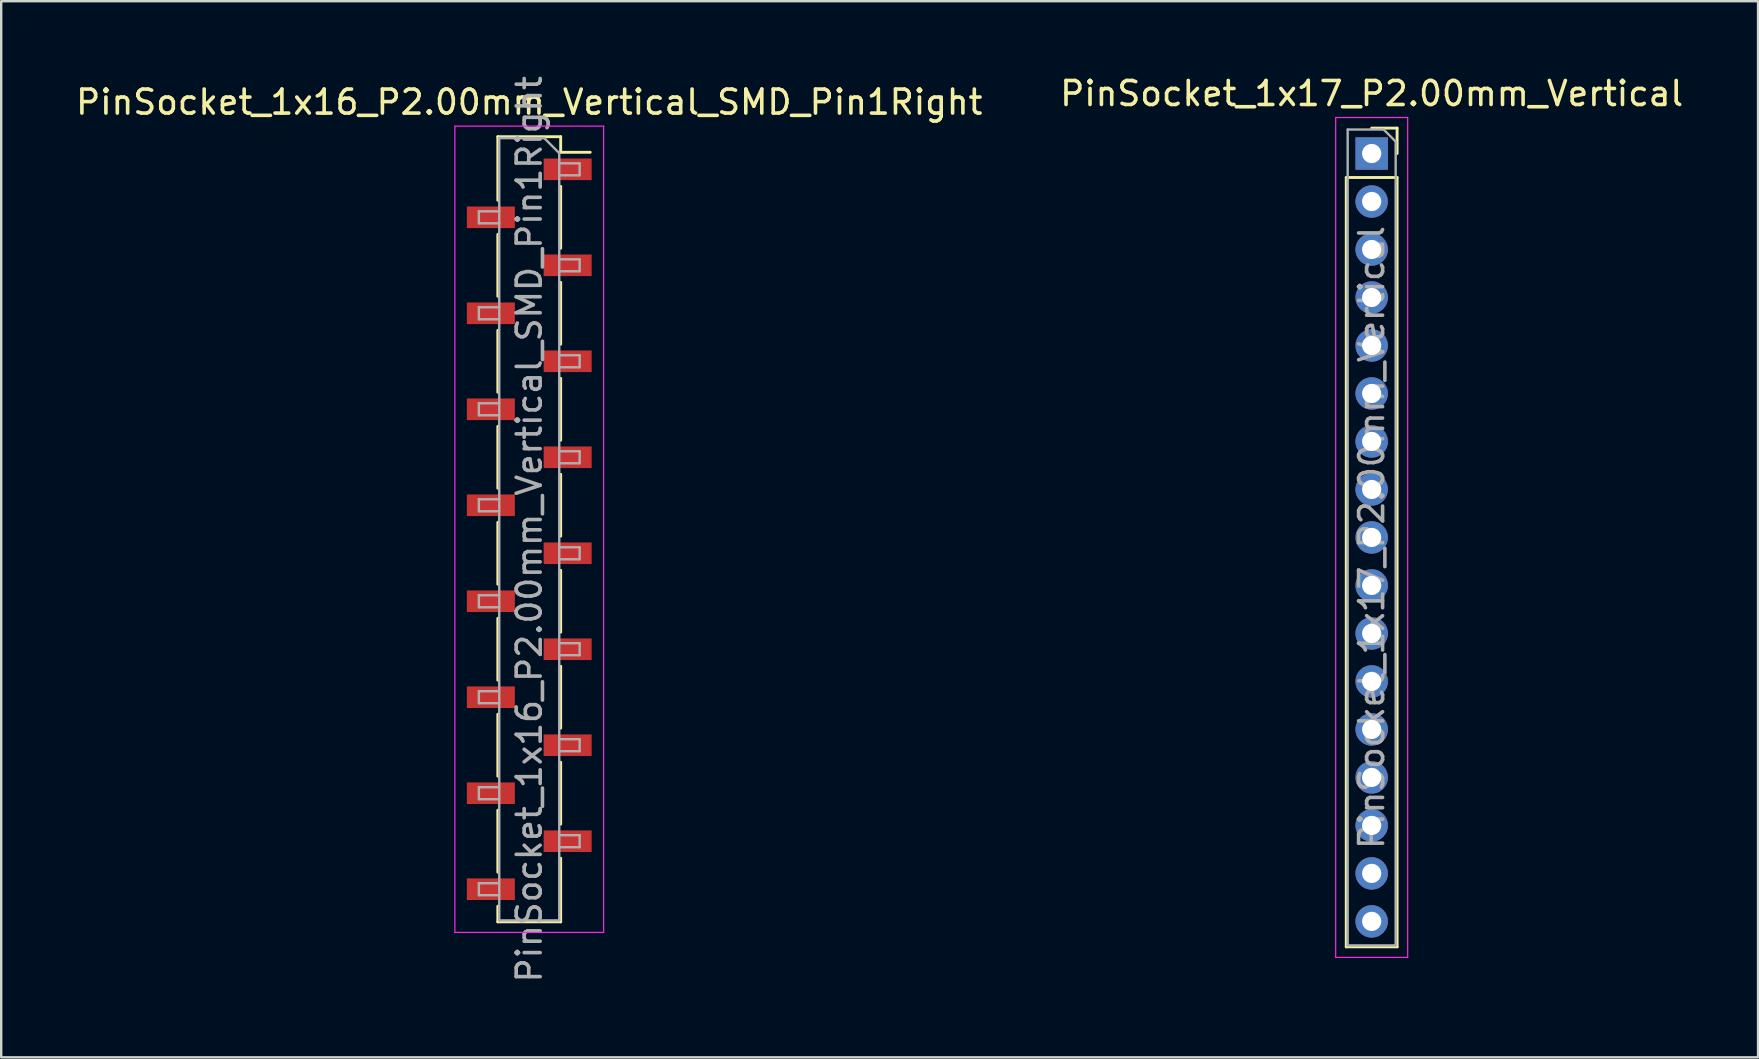
<source format=kicad_pcb>
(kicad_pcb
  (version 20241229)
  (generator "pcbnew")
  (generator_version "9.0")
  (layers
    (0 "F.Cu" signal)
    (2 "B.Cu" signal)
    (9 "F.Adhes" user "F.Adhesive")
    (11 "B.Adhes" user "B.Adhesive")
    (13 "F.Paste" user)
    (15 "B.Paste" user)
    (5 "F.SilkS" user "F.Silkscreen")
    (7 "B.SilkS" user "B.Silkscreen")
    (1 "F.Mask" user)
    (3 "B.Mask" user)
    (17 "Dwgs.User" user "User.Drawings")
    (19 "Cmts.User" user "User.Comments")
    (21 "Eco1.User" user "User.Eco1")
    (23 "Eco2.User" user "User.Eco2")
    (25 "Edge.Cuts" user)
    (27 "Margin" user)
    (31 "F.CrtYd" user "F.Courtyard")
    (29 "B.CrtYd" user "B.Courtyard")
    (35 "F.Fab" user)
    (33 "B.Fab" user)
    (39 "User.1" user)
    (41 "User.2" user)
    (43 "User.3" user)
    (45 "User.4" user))
  (footprint "PinSocket_1x16_P2.00mm_Vertical_SMD_Pin1Right"
    (layer "F.Cu")
    (at 19.006 19.006)
    (property "Reference" "PinSocket_1x16_P2.00mm_Vertical_SMD_Pin1Right" (at 0 -17.8 0) (layer "F.SilkS") (effects (font (size 1 1) (thickness 0.15))))
    (attr smd)
    (fp_line (start -1.31 -16.36) (end -1.31 -13.71) (stroke (width 0.12) (type solid)) (layer "F.SilkS"))
    (fp_line (start -1.31 -16.36) (end 1.31 -16.36) (stroke (width 0.12) (type solid)) (layer "F.SilkS"))
    (fp_line (start -1.31 -12.29) (end -1.31 -9.71) (stroke (width 0.12) (type solid)) (layer "F.SilkS"))
    (fp_line (start -1.31 -8.29) (end -1.31 -5.71) (stroke (width 0.12) (type solid)) (layer "F.SilkS"))
    (fp_line (start -1.31 -4.29) (end -1.31 -1.71) (stroke (width 0.12) (type solid)) (layer "F.SilkS"))
    (fp_line (start -1.31 -0.29) (end -1.31 2.29) (stroke (width 0.12) (type solid)) (layer "F.SilkS"))
    (fp_line (start -1.31 3.71) (end -1.31 6.29) (stroke (width 0.12) (type solid)) (layer "F.SilkS"))
    (fp_line (start -1.31 7.71) (end -1.31 10.29) (stroke (width 0.12) (type solid)) (layer "F.SilkS"))
    (fp_line (start -1.31 11.71) (end -1.31 14.29) (stroke (width 0.12) (type solid)) (layer "F.SilkS"))
    (fp_line (start -1.31 15.71) (end -1.31 16.36) (stroke (width 0.12) (type solid)) (layer "F.SilkS"))
    (fp_line (start -1.31 16.36) (end 1.31 16.36) (stroke (width 0.12) (type solid)) (layer "F.SilkS"))
    (fp_line (start 1.31 -16.36) (end 1.31 -15.71) (stroke (width 0.12) (type solid)) (layer "F.SilkS"))
    (fp_line (start 1.31 -15.71) (end 2.54 -15.71) (stroke (width 0.12) (type solid)) (layer "F.SilkS"))
    (fp_line (start 1.31 -14.29) (end 1.31 -11.71) (stroke (width 0.12) (type solid)) (layer "F.SilkS"))
    (fp_line (start 1.31 -10.29) (end 1.31 -7.71) (stroke (width 0.12) (type solid)) (layer "F.SilkS"))
    (fp_line (start 1.31 -6.29) (end 1.31 -3.71) (stroke (width 0.12) (type solid)) (layer "F.SilkS"))
    (fp_line (start 1.31 -2.29) (end 1.31 0.29) (stroke (width 0.12) (type solid)) (layer "F.SilkS"))
    (fp_line (start 1.31 1.71) (end 1.31 4.29) (stroke (width 0.12) (type solid)) (layer "F.SilkS"))
    (fp_line (start 1.31 5.71) (end 1.31 8.29) (stroke (width 0.12) (type solid)) (layer "F.SilkS"))
    (fp_line (start 1.31 9.71) (end 1.31 12.29) (stroke (width 0.12) (type solid)) (layer "F.SilkS"))
    (fp_line (start 1.31 13.71) (end 1.31 16.36) (stroke (width 0.12) (type solid)) (layer "F.SilkS"))
    (fp_line (start -3.1 -16.8) (end 3.1 -16.8) (stroke (width 0.05) (type solid)) (layer "F.CrtYd"))
    (fp_line (start -3.1 16.8) (end -3.1 -16.8) (stroke (width 0.05) (type solid)) (layer "F.CrtYd"))
    (fp_line (start 3.1 -16.8) (end 3.1 16.8) (stroke (width 0.05) (type solid)) (layer "F.CrtYd"))
    (fp_line (start 3.1 16.8) (end -3.1 16.8) (stroke (width 0.05) (type solid)) (layer "F.CrtYd"))
    (fp_line (start -2.1 -13.25) (end -1.25 -13.25) (stroke (width 0.1) (type solid)) (layer "F.Fab"))
    (fp_line (start -2.1 -12.75) (end -2.1 -13.25) (stroke (width 0.1) (type solid)) (layer "F.Fab"))
    (fp_line (start -2.1 -9.25) (end -1.25 -9.25) (stroke (width 0.1) (type solid)) (layer "F.Fab"))
    (fp_line (start -2.1 -8.75) (end -2.1 -9.25) (stroke (width 0.1) (type solid)) (layer "F.Fab"))
    (fp_line (start -2.1 -5.25) (end -1.25 -5.25) (stroke (width 0.1) (type solid)) (layer "F.Fab"))
    (fp_line (start -2.1 -4.75) (end -2.1 -5.25) (stroke (width 0.1) (type solid)) (layer "F.Fab"))
    (fp_line (start -2.1 -1.25) (end -1.25 -1.25) (stroke (width 0.1) (type solid)) (layer "F.Fab"))
    (fp_line (start -2.1 -0.75) (end -2.1 -1.25) (stroke (width 0.1) (type solid)) (layer "F.Fab"))
    (fp_line (start -2.1 2.75) (end -1.25 2.75) (stroke (width 0.1) (type solid)) (layer "F.Fab"))
    (fp_line (start -2.1 3.25) (end -2.1 2.75) (stroke (width 0.1) (type solid)) (layer "F.Fab"))
    (fp_line (start -2.1 6.75) (end -1.25 6.75) (stroke (width 0.1) (type solid)) (layer "F.Fab"))
    (fp_line (start -2.1 7.25) (end -2.1 6.75) (stroke (width 0.1) (type solid)) (layer "F.Fab"))
    (fp_line (start -2.1 10.75) (end -1.25 10.75) (stroke (width 0.1) (type solid)) (layer "F.Fab"))
    (fp_line (start -2.1 11.25) (end -2.1 10.75) (stroke (width 0.1) (type solid)) (layer "F.Fab"))
    (fp_line (start -2.1 14.75) (end -1.25 14.75) (stroke (width 0.1) (type solid)) (layer "F.Fab"))
    (fp_line (start -2.1 15.25) (end -2.1 14.75) (stroke (width 0.1) (type solid)) (layer "F.Fab"))
    (fp_line (start -1.25 -16.3) (end 0.625 -16.3) (stroke (width 0.1) (type solid)) (layer "F.Fab"))
    (fp_line (start -1.25 -12.75) (end -2.1 -12.75) (stroke (width 0.1) (type solid)) (layer "F.Fab"))
    (fp_line (start -1.25 -8.75) (end -2.1 -8.75) (stroke (width 0.1) (type solid)) (layer "F.Fab"))
    (fp_line (start -1.25 -4.75) (end -2.1 -4.75) (stroke (width 0.1) (type solid)) (layer "F.Fab"))
    (fp_line (start -1.25 -0.75) (end -2.1 -0.75) (stroke (width 0.1) (type solid)) (layer "F.Fab"))
    (fp_line (start -1.25 3.25) (end -2.1 3.25) (stroke (width 0.1) (type solid)) (layer "F.Fab"))
    (fp_line (start -1.25 7.25) (end -2.1 7.25) (stroke (width 0.1) (type solid)) (layer "F.Fab"))
    (fp_line (start -1.25 11.25) (end -2.1 11.25) (stroke (width 0.1) (type solid)) (layer "F.Fab"))
    (fp_line (start -1.25 15.25) (end -2.1 15.25) (stroke (width 0.1) (type solid)) (layer "F.Fab"))
    (fp_line (start -1.25 16.3) (end -1.25 -16.3) (stroke (width 0.1) (type solid)) (layer "F.Fab"))
    (fp_line (start 0.625 -16.3) (end 1.25 -15.675) (stroke (width 0.1) (type solid)) (layer "F.Fab"))
    (fp_line (start 1.25 -15.675) (end 1.25 16.3) (stroke (width 0.1) (type solid)) (layer "F.Fab"))
    (fp_line (start 1.25 -15.25) (end 2.1 -15.25) (stroke (width 0.1) (type solid)) (layer "F.Fab"))
    (fp_line (start 1.25 -11.25) (end 2.1 -11.25) (stroke (width 0.1) (type solid)) (layer "F.Fab"))
    (fp_line (start 1.25 -7.25) (end 2.1 -7.25) (stroke (width 0.1) (type solid)) (layer "F.Fab"))
    (fp_line (start 1.25 -3.25) (end 2.1 -3.25) (stroke (width 0.1) (type solid)) (layer "F.Fab"))
    (fp_line (start 1.25 0.75) (end 2.1 0.75) (stroke (width 0.1) (type solid)) (layer "F.Fab"))
    (fp_line (start 1.25 4.75) (end 2.1 4.75) (stroke (width 0.1) (type solid)) (layer "F.Fab"))
    (fp_line (start 1.25 8.75) (end 2.1 8.75) (stroke (width 0.1) (type solid)) (layer "F.Fab"))
    (fp_line (start 1.25 12.75) (end 2.1 12.75) (stroke (width 0.1) (type solid)) (layer "F.Fab"))
    (fp_line (start 1.25 16.3) (end -1.25 16.3) (stroke (width 0.1) (type solid)) (layer "F.Fab"))
    (fp_line (start 2.1 -15.25) (end 2.1 -14.75) (stroke (width 0.1) (type solid)) (layer "F.Fab"))
    (fp_line (start 2.1 -14.75) (end 1.25 -14.75) (stroke (width 0.1) (type solid)) (layer "F.Fab"))
    (fp_line (start 2.1 -11.25) (end 2.1 -10.75) (stroke (width 0.1) (type solid)) (layer "F.Fab"))
    (fp_line (start 2.1 -10.75) (end 1.25 -10.75) (stroke (width 0.1) (type solid)) (layer "F.Fab"))
    (fp_line (start 2.1 -7.25) (end 2.1 -6.75) (stroke (width 0.1) (type solid)) (layer "F.Fab"))
    (fp_line (start 2.1 -6.75) (end 1.25 -6.75) (stroke (width 0.1) (type solid)) (layer "F.Fab"))
    (fp_line (start 2.1 -3.25) (end 2.1 -2.75) (stroke (width 0.1) (type solid)) (layer "F.Fab"))
    (fp_line (start 2.1 -2.75) (end 1.25 -2.75) (stroke (width 0.1) (type solid)) (layer "F.Fab"))
    (fp_line (start 2.1 0.75) (end 2.1 1.25) (stroke (width 0.1) (type solid)) (layer "F.Fab"))
    (fp_line (start 2.1 1.25) (end 1.25 1.25) (stroke (width 0.1) (type solid)) (layer "F.Fab"))
    (fp_line (start 2.1 4.75) (end 2.1 5.25) (stroke (width 0.1) (type solid)) (layer "F.Fab"))
    (fp_line (start 2.1 5.25) (end 1.25 5.25) (stroke (width 0.1) (type solid)) (layer "F.Fab"))
    (fp_line (start 2.1 8.75) (end 2.1 9.25) (stroke (width 0.1) (type solid)) (layer "F.Fab"))
    (fp_line (start 2.1 9.25) (end 1.25 9.25) (stroke (width 0.1) (type solid)) (layer "F.Fab"))
    (fp_line (start 2.1 12.75) (end 2.1 13.25) (stroke (width 0.1) (type solid)) (layer "F.Fab"))
    (fp_line (start 2.1 13.25) (end 1.25 13.25) (stroke (width 0.1) (type solid)) (layer "F.Fab"))
    (fp_text user "${REFERENCE}" (at 0 0 90) (layer "F.Fab") (effects (font (size 1 1) (thickness 0.15))))
    (pad "1" smd rect (at 1.6 -15) (size 2 0.9) (layers "F.Cu" "F.Mask" "F.Paste"))
    (pad "2" smd rect (at -1.6 -13) (size 2 0.9) (layers "F.Cu" "F.Mask" "F.Paste"))
    (pad "3" smd rect (at 1.6 -11) (size 2 0.9) (layers "F.Cu" "F.Mask" "F.Paste"))
    (pad "4" smd rect (at -1.6 -9) (size 2 0.9) (layers "F.Cu" "F.Mask" "F.Paste"))
    (pad "5" smd rect (at 1.6 -7) (size 2 0.9) (layers "F.Cu" "F.Mask" "F.Paste"))
    (pad "6" smd rect (at -1.6 -5) (size 2 0.9) (layers "F.Cu" "F.Mask" "F.Paste"))
    (pad "7" smd rect (at 1.6 -3) (size 2 0.9) (layers "F.Cu" "F.Mask" "F.Paste"))
    (pad "8" smd rect (at -1.6 -1) (size 2 0.9) (layers "F.Cu" "F.Mask" "F.Paste"))
    (pad "9" smd rect (at 1.6 1) (size 2 0.9) (layers "F.Cu" "F.Mask" "F.Paste"))
    (pad "10" smd rect (at -1.6 3) (size 2 0.9) (layers "F.Cu" "F.Mask" "F.Paste"))
    (pad "11" smd rect (at 1.6 5) (size 2 0.9) (layers "F.Cu" "F.Mask" "F.Paste"))
    (pad "12" smd rect (at -1.6 7) (size 2 0.9) (layers "F.Cu" "F.Mask" "F.Paste"))
    (pad "13" smd rect (at 1.6 9) (size 2 0.9) (layers "F.Cu" "F.Mask" "F.Paste"))
    (pad "14" smd rect (at -1.6 11) (size 2 0.9) (layers "F.Cu" "F.Mask" "F.Paste"))
    (pad "15" smd rect (at 1.6 13) (size 2 0.9) (layers "F.Cu" "F.Mask" "F.Paste"))
    (pad "16" smd rect (at -1.6 15) (size 2 0.9) (layers "F.Cu" "F.Mask" "F.Paste")))
  (footprint "PinSocket_1x17_P2.00mm_Vertical"
    (layer "F.Cu")
    (at 54.113 3.348)
    (property "Reference" "PinSocket_1x17_P2.00mm_Vertical" (at 0 -2.5 0) (layer "F.SilkS") (effects (font (size 1 1) (thickness 0.15))))
    (attr through_hole)
    (fp_line (start -1.06 1) (end -1.06 33.06) (stroke (width 0.12) (type solid)) (layer "F.SilkS"))
    (fp_line (start -1.06 1) (end 1.06 1) (stroke (width 0.12) (type solid)) (layer "F.SilkS"))
    (fp_line (start -1.06 33.06) (end 1.06 33.06) (stroke (width 0.12) (type solid)) (layer "F.SilkS"))
    (fp_line (start 0 -1.06) (end 1.06 -1.06) (stroke (width 0.12) (type solid)) (layer "F.SilkS"))
    (fp_line (start 1.06 -1.06) (end 1.06 0) (stroke (width 0.12) (type solid)) (layer "F.SilkS"))
    (fp_line (start 1.06 1) (end 1.06 33.06) (stroke (width 0.12) (type solid)) (layer "F.SilkS"))
    (fp_line (start -1.5 -1.5) (end 1.5 -1.5) (stroke (width 0.05) (type solid)) (layer "F.CrtYd"))
    (fp_line (start -1.5 33.5) (end -1.5 -1.5) (stroke (width 0.05) (type solid)) (layer "F.CrtYd"))
    (fp_line (start 1.5 -1.5) (end 1.5 33.5) (stroke (width 0.05) (type solid)) (layer "F.CrtYd"))
    (fp_line (start 1.5 33.5) (end -1.5 33.5) (stroke (width 0.05) (type solid)) (layer "F.CrtYd"))
    (fp_line (start -1 -1) (end 0.5 -1) (stroke (width 0.1) (type solid)) (layer "F.Fab"))
    (fp_line (start -1 33) (end -1 -1) (stroke (width 0.1) (type solid)) (layer "F.Fab"))
    (fp_line (start 0.5 -1) (end 1 -0.5) (stroke (width 0.1) (type solid)) (layer "F.Fab"))
    (fp_line (start 1 -0.5) (end 1 33) (stroke (width 0.1) (type solid)) (layer "F.Fab"))
    (fp_line (start 1 33) (end -1 33) (stroke (width 0.1) (type solid)) (layer "F.Fab"))
    (fp_text user "${REFERENCE}" (at 0 16 90) (layer "F.Fab") (effects (font (size 1 1) (thickness 0.15))))
    (pad "1" thru_hole rect (at 0 0) (size 1.35 1.35) (drill 0.8) (layers "*.Cu" "*.Mask"))
    (pad "2" thru_hole oval (at 0 2) (size 1.35 1.35) (drill 0.8) (layers "*.Cu" "*.Mask"))
    (pad "3" thru_hole oval (at 0 4) (size 1.35 1.35) (drill 0.8) (layers "*.Cu" "*.Mask"))
    (pad "4" thru_hole oval (at 0 6) (size 1.35 1.35) (drill 0.8) (layers "*.Cu" "*.Mask"))
    (pad "5" thru_hole oval (at 0 8) (size 1.35 1.35) (drill 0.8) (layers "*.Cu" "*.Mask"))
    (pad "6" thru_hole oval (at 0 10) (size 1.35 1.35) (drill 0.8) (layers "*.Cu" "*.Mask"))
    (pad "7" thru_hole oval (at 0 12) (size 1.35 1.35) (drill 0.8) (layers "*.Cu" "*.Mask"))
    (pad "8" thru_hole oval (at 0 14) (size 1.35 1.35) (drill 0.8) (layers "*.Cu" "*.Mask"))
    (pad "9" thru_hole oval (at 0 16) (size 1.35 1.35) (drill 0.8) (layers "*.Cu" "*.Mask"))
    (pad "10" thru_hole oval (at 0 18) (size 1.35 1.35) (drill 0.8) (layers "*.Cu" "*.Mask"))
    (pad "11" thru_hole oval (at 0 20) (size 1.35 1.35) (drill 0.8) (layers "*.Cu" "*.Mask"))
    (pad "12" thru_hole oval (at 0 22) (size 1.35 1.35) (drill 0.8) (layers "*.Cu" "*.Mask"))
    (pad "13" thru_hole oval (at 0 24) (size 1.35 1.35) (drill 0.8) (layers "*.Cu" "*.Mask"))
    (pad "14" thru_hole oval (at 0 26) (size 1.35 1.35) (drill 0.8) (layers "*.Cu" "*.Mask"))
    (pad "15" thru_hole oval (at 0 28) (size 1.35 1.35) (drill 0.8) (layers "*.Cu" "*.Mask"))
    (pad "16" thru_hole oval (at 0 30) (size 1.35 1.35) (drill 0.8) (layers "*.Cu" "*.Mask"))
    (pad "17" thru_hole oval (at 0 32) (size 1.35 1.35) (drill 0.8) (layers "*.Cu" "*.Mask")))
  (gr_rect
    (start -3 -3)
    (end 70.214 41.012)
    (stroke (width 0.1) (type default))
    (fill no)
    (layer "Edge.Cuts")))
</source>
